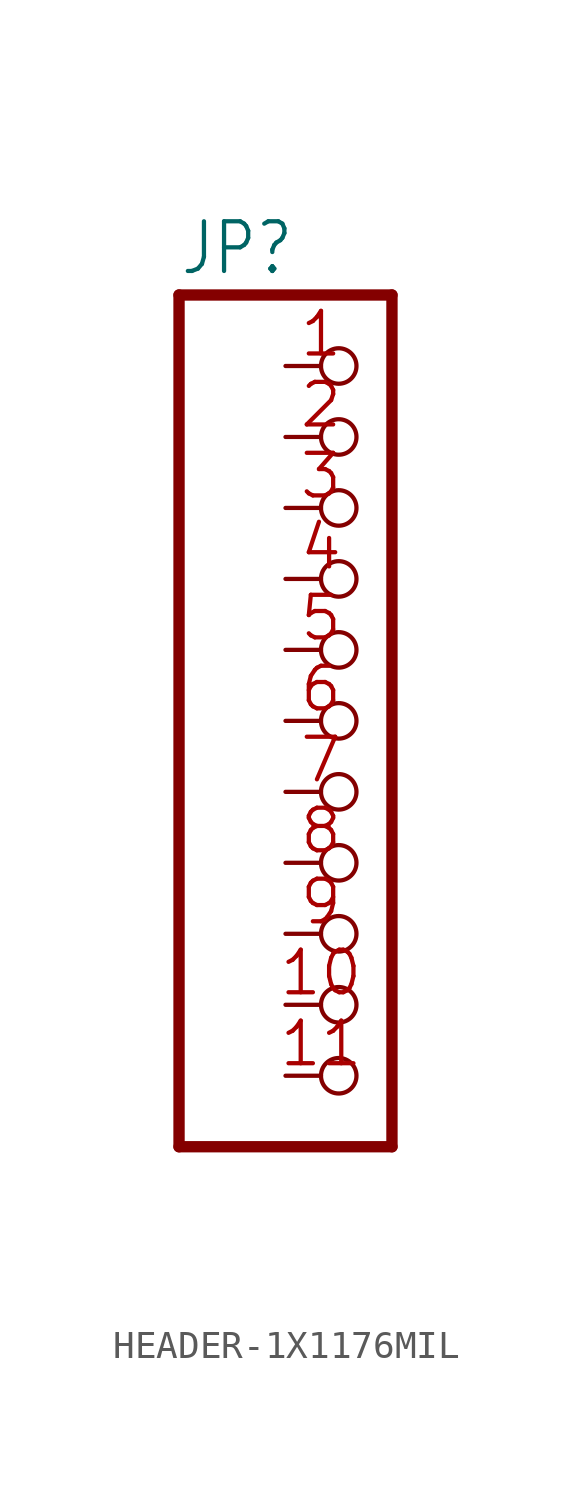
<source format=kicad_sym>
(kicad_symbol_lib
  (version 20241209)
  (generator "kicad_symbol_editor")
  (generator_version "9.0")
  (symbol "HEADER-1X1176MIL"
    (property "Reference" "JP"
      (at -6.35 15.875 0)
      (effects (font (size 1.778 1.511)) (justify left bottom)))
    (property "Value" ""
      (at -6.35 -17.78 0)
      (effects (font (size 1.778 1.511)) (justify left bottom)))
    (property "ki_locked" ""
      (at 0 0 0)
      (effects (font (size 1.27 1.27))))
    (symbol "HEADER-1X1176MIL_1_0"
      (polyline (pts (xy -6.35 15.24) (xy -6.35 -15.24)) (stroke (width 0.406) (type solid)) (fill (type none)))
      (polyline (pts (xy -6.35 -15.24) (xy 1.27 -15.24)) (stroke (width 0.406) (type solid)) (fill (type none)))
      (polyline (pts (xy 1.27 15.24) (xy -6.35 15.24)) (stroke (width 0.406) (type solid)) (fill (type none)))
      (polyline (pts (xy 1.27 -15.24) (xy 1.27 15.24)) (stroke (width 0.406) (type solid)) (fill (type none)))
      (pin passive inverted (at -2.54 12.7 0) (length 2.54) (name "1" (effects (font (size 0 0)))) (number "1" (effects (font (size 1.524 1.524)))))
      (pin passive inverted (at -2.54 10.16 0) (length 2.54) (name "2" (effects (font (size 0 0)))) (number "2" (effects (font (size 1.524 1.524)))))
      (pin passive inverted (at -2.54 7.62 0) (length 2.54) (name "3" (effects (font (size 0 0)))) (number "3" (effects (font (size 1.524 1.524)))))
      (pin passive inverted (at -2.54 5.08 0) (length 2.54) (name "4" (effects (font (size 0 0)))) (number "4" (effects (font (size 1.524 1.524)))))
      (pin passive inverted (at -2.54 2.54 0) (length 2.54) (name "5" (effects (font (size 0 0)))) (number "5" (effects (font (size 1.524 1.524)))))
      (pin passive inverted (at -2.54 0 0) (length 2.54) (name "6" (effects (font (size 0 0)))) (number "6" (effects (font (size 1.524 1.524)))))
      (pin passive inverted (at -2.54 -2.54 0) (length 2.54) (name "7" (effects (font (size 0 0)))) (number "7" (effects (font (size 1.524 1.524)))))
      (pin passive inverted (at -2.54 -5.08 0) (length 2.54) (name "8" (effects (font (size 0 0)))) (number "8" (effects (font (size 1.524 1.524)))))
      (pin passive inverted (at -2.54 -7.62 0) (length 2.54) (name "9" (effects (font (size 0 0)))) (number "9" (effects (font (size 1.524 1.524)))))
      (pin passive inverted (at -2.54 -10.16 0) (length 2.54) (name "10" (effects (font (size 0 0)))) (number "10" (effects (font (size 1.524 1.524)))))
      (pin passive inverted (at -2.54 -12.7 0) (length 2.54) (name "11" (effects (font (size 0 0)))) (number "11" (effects (font (size 1.524 1.524))))))))
</source>
